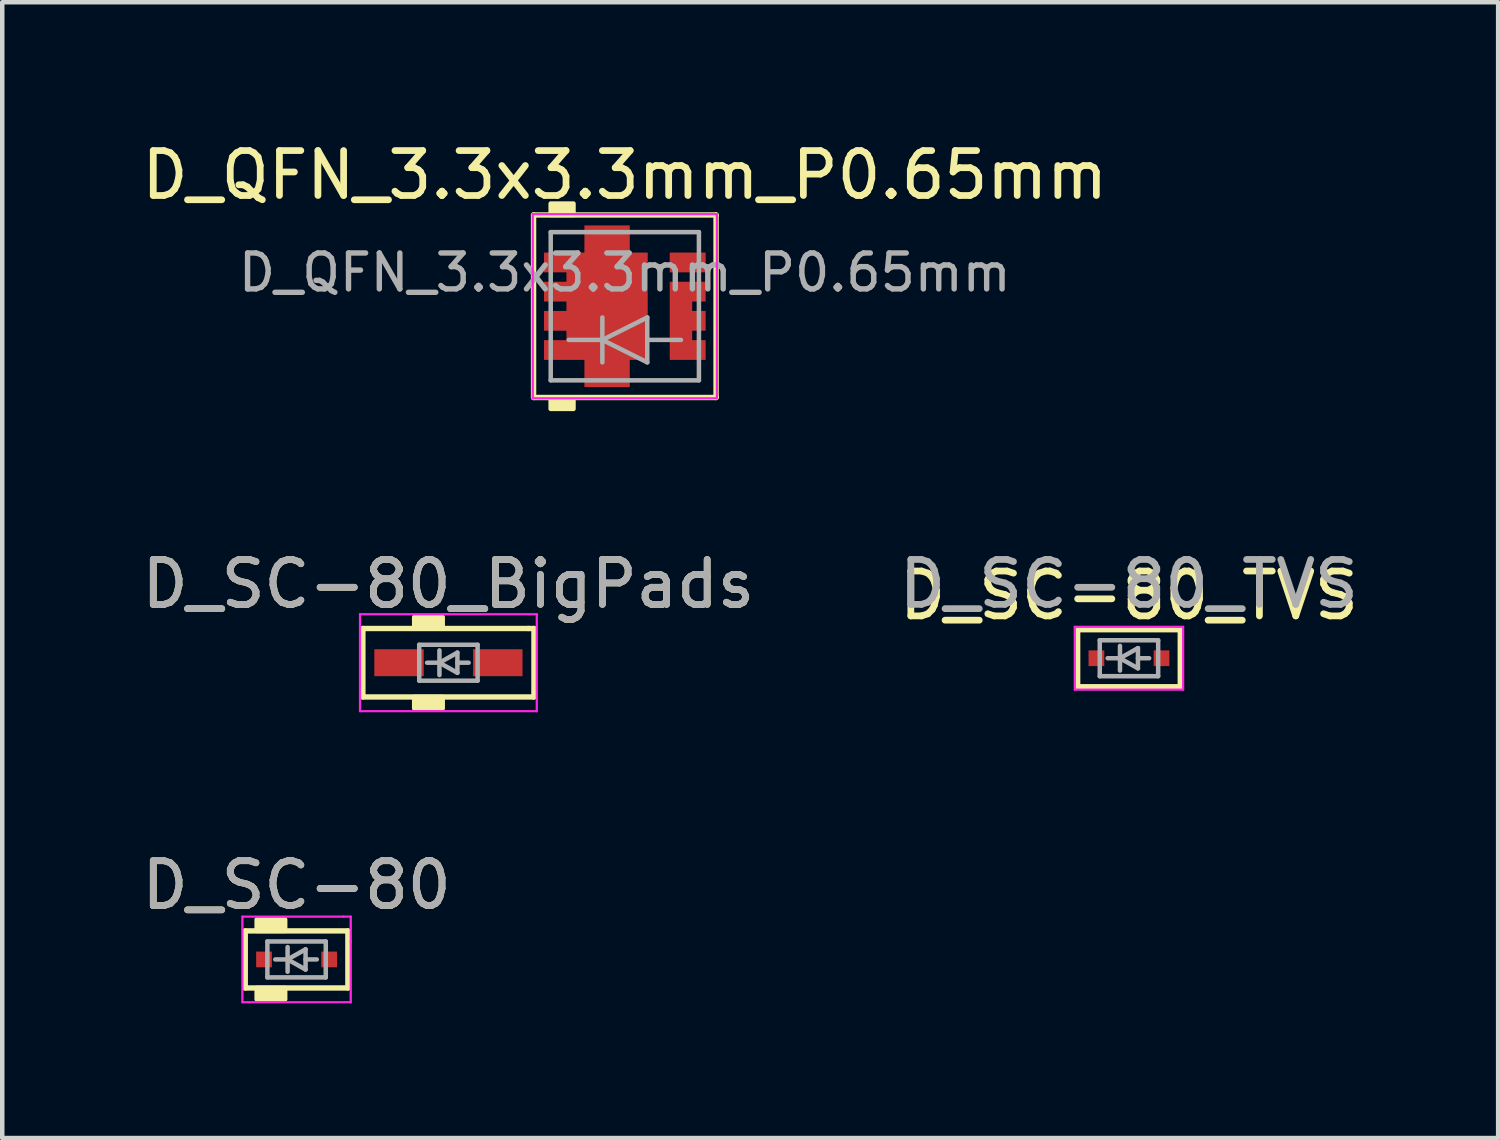
<source format=kicad_pcb>
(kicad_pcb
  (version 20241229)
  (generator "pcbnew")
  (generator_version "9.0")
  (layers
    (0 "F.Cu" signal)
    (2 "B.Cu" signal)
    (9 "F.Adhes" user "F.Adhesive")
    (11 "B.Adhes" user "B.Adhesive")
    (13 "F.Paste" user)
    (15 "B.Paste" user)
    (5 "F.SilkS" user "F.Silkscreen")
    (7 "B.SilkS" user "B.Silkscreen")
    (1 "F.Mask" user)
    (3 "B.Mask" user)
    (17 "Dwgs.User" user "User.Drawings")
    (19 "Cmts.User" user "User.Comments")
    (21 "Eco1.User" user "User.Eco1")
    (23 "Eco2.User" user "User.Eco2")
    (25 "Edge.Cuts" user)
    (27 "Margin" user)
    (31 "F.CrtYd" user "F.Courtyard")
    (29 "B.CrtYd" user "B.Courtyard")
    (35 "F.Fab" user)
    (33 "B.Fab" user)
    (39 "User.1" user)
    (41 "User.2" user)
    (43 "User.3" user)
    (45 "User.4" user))
  (footprint "D_QFN_3.3x3.3mm_P0.65mm"
    (layer "F.Cu")
    (at 10.863 3.769)
    (property "Reference" "D_QFN_3.3x3.3mm_P0.65mm" (at 0 -2.921 0) (layer "F.SilkS") (effects (font (size 1 1) (thickness 0.15))))
    (attr smd)
    (fp_line (start -2.032 -2.032) (end 2.032 -2.032) (stroke (width 0.12) (type solid)) (layer "F.SilkS"))
    (fp_line (start -2.032 2.032) (end -2.032 -2.032) (stroke (width 0.12) (type solid)) (layer "F.SilkS"))
    (fp_line (start 2.032 -2.032) (end 2.032 2.032) (stroke (width 0.12) (type solid)) (layer "F.SilkS"))
    (fp_line (start 2.032 2.032) (end -2.032 2.032) (stroke (width 0.12) (type solid)) (layer "F.SilkS"))
    (fp_poly (pts (xy -1.143 -2.032) (xy -1.651 -2.032) (xy -1.651 -2.286) (xy -1.143 -2.286)) (stroke (width 0.1) (type solid)) (fill yes) (layer "F.SilkS"))
    (fp_poly (pts (xy -1.143 2.286) (xy -1.651 2.286) (xy -1.651 2.032) (xy -1.143 2.032)) (stroke (width 0.1) (type solid)) (fill yes) (layer "F.SilkS"))
    (fp_line (start -2.05 -2.05) (end 2.05 -2.05) (stroke (width 0.05) (type solid)) (layer "F.CrtYd"))
    (fp_line (start -2.05 2.05) (end -2.05 -2.05) (stroke (width 0.05) (type solid)) (layer "F.CrtYd"))
    (fp_line (start -2.05 2.05) (end 2.05 2.05) (stroke (width 0.05) (type solid)) (layer "F.CrtYd"))
    (fp_line (start 2.05 2.05) (end 2.05 -2.05) (stroke (width 0.05) (type solid)) (layer "F.CrtYd"))
    (fp_line (start -1.65 -1.65) (end 1.65 -1.65) (stroke (width 0.1) (type solid)) (layer "F.Fab"))
    (fp_line (start -1.65 1.65) (end -1.65 -1.65) (stroke (width 0.1) (type solid)) (layer "F.Fab"))
    (fp_line (start -0.5 0.25) (end -0.5 1.25) (stroke (width 0.1) (type solid)) (layer "F.Fab"))
    (fp_line (start -0.5 0.75) (end -1.25 0.75) (stroke (width 0.1) (type solid)) (layer "F.Fab"))
    (fp_line (start -0.5 0.75) (end 0.5 0.25) (stroke (width 0.1) (type solid)) (layer "F.Fab"))
    (fp_line (start 0.5 0.25) (end 0.5 1.25) (stroke (width 0.1) (type solid)) (layer "F.Fab"))
    (fp_line (start 0.5 0.75) (end 1.25 0.75) (stroke (width 0.1) (type solid)) (layer "F.Fab"))
    (fp_line (start 0.5 1.25) (end -0.5 0.75) (stroke (width 0.1) (type solid)) (layer "F.Fab"))
    (fp_line (start 1.65 -1.65) (end 1.65 1.65) (stroke (width 0.1) (type solid)) (layer "F.Fab"))
    (fp_line (start 1.65 1.65) (end -1.65 1.65) (stroke (width 0.1) (type solid)) (layer "F.Fab"))
    (fp_text user "${REFERENCE}" (at 0 -0.75 0) (layer "F.Fab") (effects (font (size 0.8 0.8) (thickness 0.12))))
    (pad "" smd rect (at 1.4 -0.975) (size 0.8 0.44) (layers "F.Cu" "F.Mask" "F.Paste"))
    (pad "1" smd custom (at -0.645 0) (size 0.5 0.5) (layers "F.Cu" "F.Mask" "F.Paste") (options (anchor rect)) (primitives (gr_poly (pts (xy 0.755 -1.195) (xy 1.155 -1.195) (xy 1.155 1.195) (xy 0.755 1.195) (xy 0.755 1.8) (xy -0.255 1.8) (xy -0.255 1.195) (xy -1.155 1.195) (xy -1.155 0.755) (xy -0.655 0.755) (xy -0.655 0.545) (xy -1.155 0.545) (xy -1.155 0.105) (xy -0.655 0.105) (xy -0.655 -0.105) (xy -1.155 -0.105) (xy -1.155 -0.545) (xy -0.655 -0.545) (xy -0.655 -0.755) (xy -1.155 -0.755) (xy -1.155 -1.195) (xy -0.255 -1.195) (xy -0.255 -1.8) (xy 0.755 -1.8)) (width 0) (fill yes))))
    (pad "2" smd custom (at 1.4 0.325) (size 0.4 0.4) (layers "F.Cu" "F.Mask" "F.Paste") (options (anchor rect)) (primitives (gr_poly (pts (xy 0.4 -0.43) (xy 0.1 -0.43) (xy 0.1 -0.22) (xy 0.4 -0.22) (xy 0.4 0.22) (xy 0.1 0.22) (xy 0.1 0.43) (xy 0.4 0.43) (xy 0.4 0.87) (xy -0.4 0.87) (xy -0.4 -0.87) (xy 0.4 -0.87)) (width 0) (fill yes)))))
  (footprint "D_SC-80_BigPads"
    (layer "F.Cu")
    (at 6.935 11.707)
    (property "Reference" "D_SC-80_BigPads" (at 0 -1.754 0) (layer "F.SilkS") (effects (font (size 1 1) (thickness 0.15))))
    (attr smd)
    (fp_line (start -1.905 -0.762) (end -1.905 0.762) (stroke (width 0.12) (type solid)) (layer "F.SilkS"))
    (fp_line (start -1.905 0.762) (end 1.905 0.762) (stroke (width 0.12) (type solid)) (layer "F.SilkS"))
    (fp_line (start 1.778 -0.762) (end -1.905 -0.762) (stroke (width 0.12) (type solid)) (layer "F.SilkS"))
    (fp_line (start 1.905 -0.762) (end 1.778 -0.762) (stroke (width 0.12) (type solid)) (layer "F.SilkS"))
    (fp_line (start 1.905 0.762) (end 1.905 -0.762) (stroke (width 0.12) (type solid)) (layer "F.SilkS"))
    (fp_poly (pts (xy -0.127 -0.762) (xy -0.762 -0.762) (xy -0.762 -1.016) (xy -0.127 -1.016)) (stroke (width 0.1) (type solid)) (fill yes) (layer "F.SilkS"))
    (fp_poly (pts (xy -0.127 1.016) (xy -0.762 1.016) (xy -0.762 0.762) (xy -0.127 0.762)) (stroke (width 0.1) (type solid)) (fill yes) (layer "F.SilkS"))
    (fp_line (start -1.968 -1.079) (end -1.968 1.079) (stroke (width 0.05) (type solid)) (layer "F.CrtYd"))
    (fp_line (start -1.968 1.079) (end 1.968 1.079) (stroke (width 0.05) (type solid)) (layer "F.CrtYd"))
    (fp_line (start 1.968 -1.079) (end -1.968 -1.079) (stroke (width 0.05) (type solid)) (layer "F.CrtYd"))
    (fp_line (start 1.968 -1.079) (end 1.968 1.079) (stroke (width 0.05) (type solid)) (layer "F.CrtYd"))
    (fp_line (start -0.65 -0.4) (end 0.65 -0.4) (stroke (width 0.1) (type solid)) (layer "F.Fab"))
    (fp_line (start -0.65 0.4) (end -0.65 -0.4) (stroke (width 0.1) (type solid)) (layer "F.Fab"))
    (fp_line (start -0.2 -0.275) (end -0.2 0.275) (stroke (width 0.1) (type solid)) (layer "F.Fab"))
    (fp_line (start -0.2 0) (end -0.475 0) (stroke (width 0.1) (type solid)) (layer "F.Fab"))
    (fp_line (start -0.2 0) (end 0.2 -0.225) (stroke (width 0.1) (type solid)) (layer "F.Fab"))
    (fp_line (start 0.2 -0.225) (end 0.2 0.225) (stroke (width 0.1) (type solid)) (layer "F.Fab"))
    (fp_line (start 0.2 0) (end 0.45 0) (stroke (width 0.1) (type solid)) (layer "F.Fab"))
    (fp_line (start 0.2 0.225) (end -0.2 0) (stroke (width 0.1) (type solid)) (layer "F.Fab"))
    (fp_line (start 0.65 -0.4) (end 0.65 0.4) (stroke (width 0.1) (type solid)) (layer "F.Fab"))
    (fp_line (start 0.65 0.4) (end -0.65 0.4) (stroke (width 0.1) (type solid)) (layer "F.Fab"))
    (fp_text user "${REFERENCE}" (at 0 -1.754 0) (layer "F.Fab") (effects (font (size 1 1) (thickness 0.15))))
    (pad "1" smd rect (at -1.1 0) (size 1.1 0.6) (layers "F.Cu" "F.Mask" "F.Paste"))
    (pad "2" smd rect (at 1.1 0) (size 1.1 0.6) (layers "F.Cu" "F.Mask" "F.Paste")))
  (footprint "D_SC-80"
    (layer "F.Cu")
    (at 3.554 18.314)
    (property "Reference" "D_SC-80" (at 0 -1.654 0) (layer "F.SilkS") (effects (font (size 1 1) (thickness 0.15))))
    (attr smd)
    (fp_line (start -1.143 -0.635) (end 1.143 -0.635) (stroke (width 0.12) (type solid)) (layer "F.SilkS"))
    (fp_line (start -1.143 0.635) (end -1.143 -0.635) (stroke (width 0.12) (type solid)) (layer "F.SilkS"))
    (fp_line (start 1.143 -0.635) (end 1.143 0.635) (stroke (width 0.12) (type solid)) (layer "F.SilkS"))
    (fp_line (start 1.143 0.635) (end -1.143 0.635) (stroke (width 0.12) (type solid)) (layer "F.SilkS"))
    (fp_poly (pts (xy -0.254 -0.635) (xy -0.889 -0.635) (xy -0.889 -0.889) (xy -0.254 -0.889)) (stroke (width 0.1) (type solid)) (fill yes) (layer "F.SilkS"))
    (fp_poly (pts (xy -0.254 0.889) (xy -0.889 0.889) (xy -0.889 0.635) (xy -0.254 0.635)) (stroke (width 0.1) (type solid)) (fill yes) (layer "F.SilkS"))
    (fp_line (start -1.206 -0.953) (end 1.044 -0.953) (stroke (width 0.05) (type solid)) (layer "F.CrtYd"))
    (fp_line (start -1.206 0.953) (end -1.206 -0.953) (stroke (width 0.05) (type solid)) (layer "F.CrtYd"))
    (fp_line (start 1.044 -0.953) (end 1.206 -0.953) (stroke (width 0.05) (type solid)) (layer "F.CrtYd"))
    (fp_line (start 1.206 -0.953) (end 1.206 -0.395) (stroke (width 0.05) (type solid)) (layer "F.CrtYd"))
    (fp_line (start 1.206 -0.398) (end 1.206 0.953) (stroke (width 0.05) (type solid)) (layer "F.CrtYd"))
    (fp_line (start 1.206 0.953) (end -1.206 0.953) (stroke (width 0.05) (type solid)) (layer "F.CrtYd"))
    (fp_line (start -0.65 -0.4) (end 0.65 -0.4) (stroke (width 0.1) (type solid)) (layer "F.Fab"))
    (fp_line (start -0.65 0.4) (end -0.65 -0.4) (stroke (width 0.1) (type solid)) (layer "F.Fab"))
    (fp_line (start -0.2 -0.275) (end -0.2 0.275) (stroke (width 0.1) (type solid)) (layer "F.Fab"))
    (fp_line (start -0.2 0) (end -0.475 0) (stroke (width 0.1) (type solid)) (layer "F.Fab"))
    (fp_line (start -0.2 0) (end 0.2 -0.225) (stroke (width 0.1) (type solid)) (layer "F.Fab"))
    (fp_line (start 0.2 -0.225) (end 0.2 0.225) (stroke (width 0.1) (type solid)) (layer "F.Fab"))
    (fp_line (start 0.2 0) (end 0.45 0) (stroke (width 0.1) (type solid)) (layer "F.Fab"))
    (fp_line (start 0.2 0.225) (end -0.2 0) (stroke (width 0.1) (type solid)) (layer "F.Fab"))
    (fp_line (start 0.65 -0.4) (end 0.65 0.4) (stroke (width 0.1) (type solid)) (layer "F.Fab"))
    (fp_line (start 0.65 0.4) (end -0.65 0.4) (stroke (width 0.1) (type solid)) (layer "F.Fab"))
    (fp_text user "${REFERENCE}" (at 0 -1.654 0) (layer "F.Fab") (effects (font (size 1 1) (thickness 0.15))))
    (pad "1" smd rect (at -0.725 0) (size 0.35 0.35) (layers "F.Cu" "F.Mask" "F.Paste"))
    (pad "2" smd rect (at 0.725 0) (size 0.35 0.35) (layers "F.Cu" "F.Mask" "F.Paste")))
  (footprint "D_SC-80_TVS"
    (layer "F.Cu")
    (at 22.089 11.607)
    (property "Reference" "D_SC-80_TVS" (at 0 -1.397 0) (layer "F.SilkS") (effects (font (size 1 1) (thickness 0.15))))
    (attr smd)
    (fp_line (start -1.143 -0.635) (end 1.143 -0.635) (stroke (width 0.12) (type solid)) (layer "F.SilkS"))
    (fp_line (start -1.143 0.635) (end -1.143 -0.635) (stroke (width 0.12) (type solid)) (layer "F.SilkS"))
    (fp_line (start 1.143 -0.635) (end 1.143 0.635) (stroke (width 0.12) (type solid)) (layer "F.SilkS"))
    (fp_line (start 1.143 0.635) (end -1.143 0.635) (stroke (width 0.12) (type solid)) (layer "F.SilkS"))
    (fp_line (start -1.206 -0.699) (end 1.044 -0.699) (stroke (width 0.05) (type solid)) (layer "F.CrtYd"))
    (fp_line (start -1.206 0.699) (end -1.206 -0.699) (stroke (width 0.05) (type solid)) (layer "F.CrtYd"))
    (fp_line (start 1.044 -0.699) (end 1.206 -0.699) (stroke (width 0.05) (type solid)) (layer "F.CrtYd"))
    (fp_line (start 1.206 -0.699) (end 1.206 0.699) (stroke (width 0.05) (type solid)) (layer "F.CrtYd"))
    (fp_line (start 1.206 0.699) (end -1.206 0.699) (stroke (width 0.05) (type solid)) (layer "F.CrtYd"))
    (fp_line (start -0.65 -0.4) (end 0.65 -0.4) (stroke (width 0.1) (type solid)) (layer "F.Fab"))
    (fp_line (start -0.65 0.4) (end -0.65 -0.4) (stroke (width 0.1) (type solid)) (layer "F.Fab"))
    (fp_line (start -0.2 -0.275) (end -0.2 0.275) (stroke (width 0.1) (type solid)) (layer "F.Fab"))
    (fp_line (start -0.2 0) (end -0.475 0) (stroke (width 0.1) (type solid)) (layer "F.Fab"))
    (fp_line (start -0.2 0) (end 0.2 -0.225) (stroke (width 0.1) (type solid)) (layer "F.Fab"))
    (fp_line (start 0.2 -0.225) (end 0.2 0.225) (stroke (width 0.1) (type solid)) (layer "F.Fab"))
    (fp_line (start 0.2 0) (end 0.45 0) (stroke (width 0.1) (type solid)) (layer "F.Fab"))
    (fp_line (start 0.2 0.225) (end -0.2 0) (stroke (width 0.1) (type solid)) (layer "F.Fab"))
    (fp_line (start 0.65 -0.4) (end 0.65 0.4) (stroke (width 0.1) (type solid)) (layer "F.Fab"))
    (fp_line (start 0.65 0.4) (end -0.65 0.4) (stroke (width 0.1) (type solid)) (layer "F.Fab"))
    (fp_text user "${REFERENCE}" (at 0 -1.654 0) (layer "F.Fab") (effects (font (size 1 1) (thickness 0.15))))
    (pad "1" smd rect (at -0.725 0) (size 0.35 0.35) (layers "F.Cu" "F.Mask" "F.Paste"))
    (pad "2" smd rect (at 0.725 0) (size 0.35 0.35) (layers "F.Cu" "F.Mask" "F.Paste")))
  (gr_rect
    (start -3 -3)
    (end 30.31 22.292)
    (stroke (width 0.1) (type default))
    (fill no)
    (layer "Edge.Cuts")))
</source>
